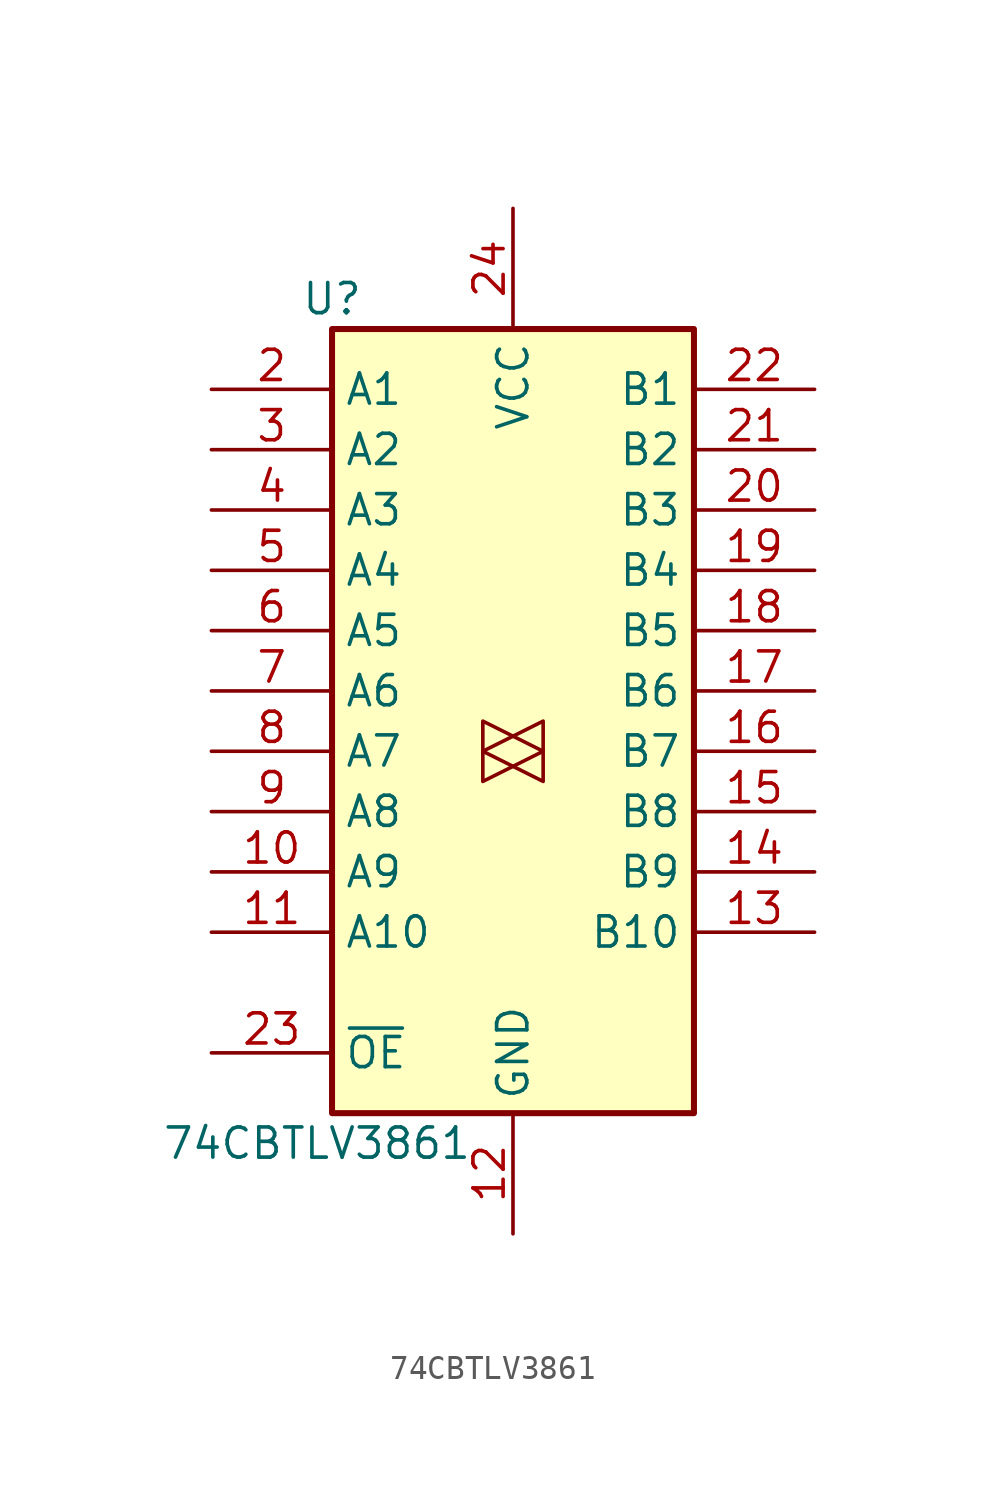
<source format=kicad_sym>
(kicad_symbol_lib
  (version 20220914)
  (generator kicad_symbol_editor)
  (symbol "74CBTLV3861"
    (property "Reference" "U"
      (at -7.62 19.05 0)
      (effects (font (size 1.27 1.27))))
    (property "Value" "74CBTLV3861"
      (at -8.255 -16.51 0)
      (effects (font (size 1.27 1.27))))
    (symbol "74CBTLV3861_1_0"
      (polyline (pts (xy 1.27 0) (xy -1.27 1.27) (xy -1.27 -1.27) (xy 1.27 0)) (stroke (width 0.152) (type default)) (fill (type none)))
      (polyline (pts (xy 1.27 1.27) (xy -1.27 0) (xy 1.27 -1.27) (xy 1.27 1.27)) (stroke (width 0) (type default)) (fill (type none)))
      (pin no_connect line (at 7.62 -12.7 180) (length 2.54) hide (name "NC" (effects (font (size 1.27 1.27)))) (number "1" (effects (font (size 1.27 1.27)))))
      (pin passive line (at -12.7 -5.08 0) (length 5.08) (name "A9" (effects (font (size 1.27 1.27)))) (number "10" (effects (font (size 1.27 1.27)))))
      (pin passive line (at -12.7 -7.62 0) (length 5.08) (name "A10" (effects (font (size 1.27 1.27)))) (number "11" (effects (font (size 1.27 1.27)))))
      (pin power_in line (at 0 -20.32 90) (length 5.08) (name "GND" (effects (font (size 1.27 1.27)))) (number "12" (effects (font (size 1.27 1.27)))))
      (pin passive line (at 12.7 -7.62 180) (length 5.08) (name "B10" (effects (font (size 1.27 1.27)))) (number "13" (effects (font (size 1.27 1.27)))))
      (pin passive line (at 12.7 -5.08 180) (length 5.08) (name "B9" (effects (font (size 1.27 1.27)))) (number "14" (effects (font (size 1.27 1.27)))))
      (pin passive line (at 12.7 -2.54 180) (length 5.08) (name "B8" (effects (font (size 1.27 1.27)))) (number "15" (effects (font (size 1.27 1.27)))))
      (pin passive line (at 12.7 0 180) (length 5.08) (name "B7" (effects (font (size 1.27 1.27)))) (number "16" (effects (font (size 1.27 1.27)))))
      (pin passive line (at 12.7 2.54 180) (length 5.08) (name "B6" (effects (font (size 1.27 1.27)))) (number "17" (effects (font (size 1.27 1.27)))))
      (pin passive line (at 12.7 5.08 180) (length 5.08) (name "B5" (effects (font (size 1.27 1.27)))) (number "18" (effects (font (size 1.27 1.27)))))
      (pin passive line (at 12.7 7.62 180) (length 5.08) (name "B4" (effects (font (size 1.27 1.27)))) (number "19" (effects (font (size 1.27 1.27)))))
      (pin passive line (at -12.7 15.24 0) (length 5.08) (name "A1" (effects (font (size 1.27 1.27)))) (number "2" (effects (font (size 1.27 1.27)))))
      (pin passive line (at 12.7 10.16 180) (length 5.08) (name "B3" (effects (font (size 1.27 1.27)))) (number "20" (effects (font (size 1.27 1.27)))))
      (pin passive line (at 12.7 12.7 180) (length 5.08) (name "B2" (effects (font (size 1.27 1.27)))) (number "21" (effects (font (size 1.27 1.27)))))
      (pin passive line (at 12.7 15.24 180) (length 5.08) (name "B1" (effects (font (size 1.27 1.27)))) (number "22" (effects (font (size 1.27 1.27)))))
      (pin input line (at -12.7 -12.7 0) (length 5.08) (name "~{OE}" (effects (font (size 1.27 1.27)))) (number "23" (effects (font (size 1.27 1.27)))))
      (pin power_in line (at 0 22.86 270) (length 5.08) (name "VCC" (effects (font (size 1.27 1.27)))) (number "24" (effects (font (size 1.27 1.27)))))
      (pin passive line (at -12.7 12.7 0) (length 5.08) (name "A2" (effects (font (size 1.27 1.27)))) (number "3" (effects (font (size 1.27 1.27)))))
      (pin passive line (at -12.7 10.16 0) (length 5.08) (name "A3" (effects (font (size 1.27 1.27)))) (number "4" (effects (font (size 1.27 1.27)))))
      (pin passive line (at -12.7 7.62 0) (length 5.08) (name "A4" (effects (font (size 1.27 1.27)))) (number "5" (effects (font (size 1.27 1.27)))))
      (pin passive line (at -12.7 5.08 0) (length 5.08) (name "A5" (effects (font (size 1.27 1.27)))) (number "6" (effects (font (size 1.27 1.27)))))
      (pin passive line (at -12.7 2.54 0) (length 5.08) (name "A6" (effects (font (size 1.27 1.27)))) (number "7" (effects (font (size 1.27 1.27)))))
      (pin passive line (at -12.7 0 0) (length 5.08) (name "A7" (effects (font (size 1.27 1.27)))) (number "8" (effects (font (size 1.27 1.27)))))
      (pin passive line (at -12.7 -2.54 0) (length 5.08) (name "A8" (effects (font (size 1.27 1.27)))) (number "9" (effects (font (size 1.27 1.27))))))
    (symbol "74CBTLV3861_1_1"
      (rectangle (start -7.62 17.78) (end 7.62 -15.24) (stroke (width 0.254) (type default)) (fill (type background))))))
</source>
